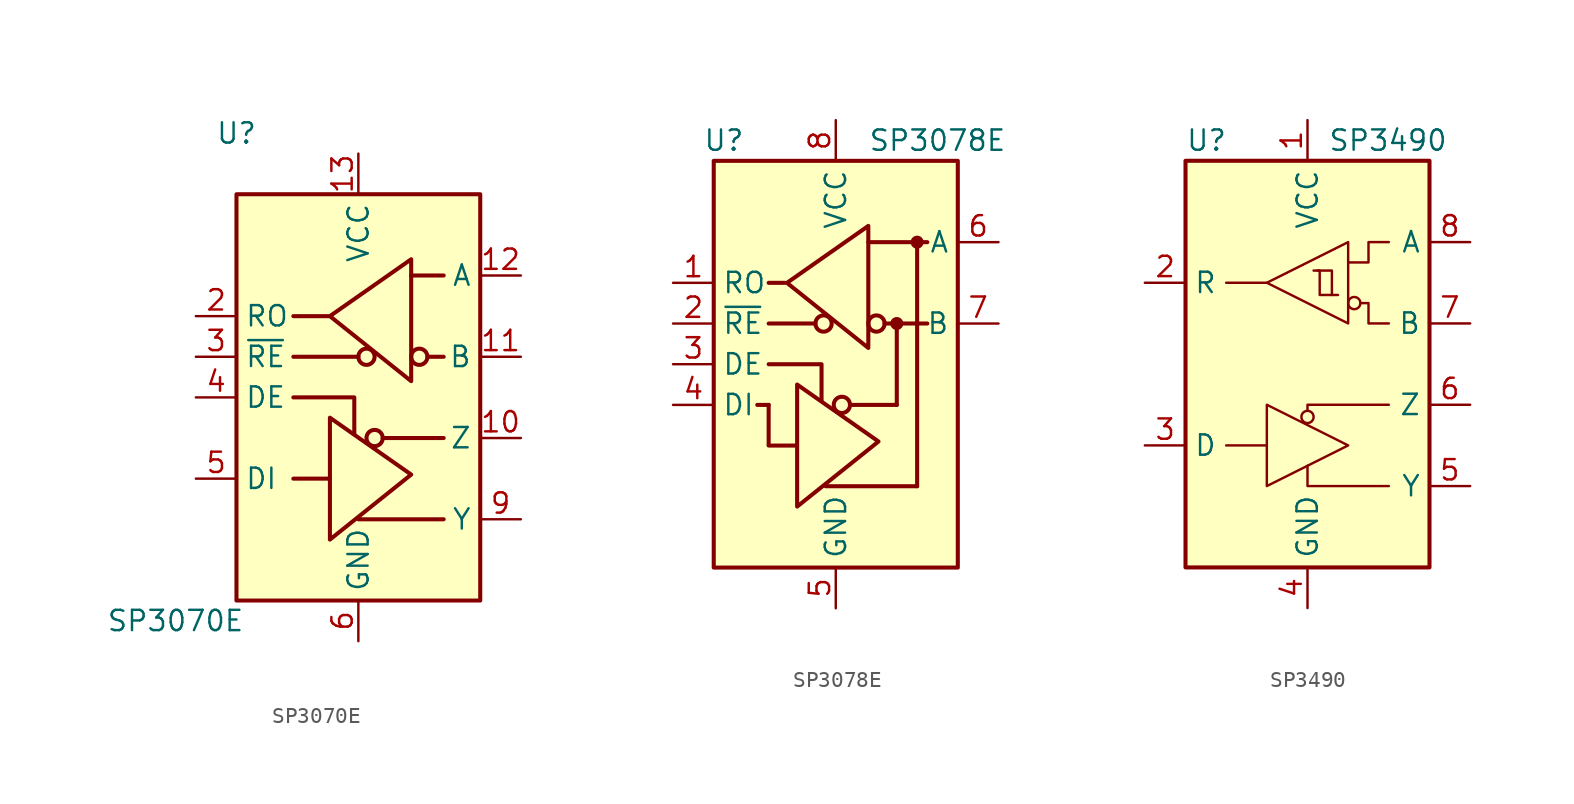
<source format=kicad_sym>
(kicad_symbol_lib
  (version 20211014)
  (generator kicad_symbol_editor)
  (symbol "SP3070E"
    (property "Reference" "U"
      (at -7.62 16.51 0)
      (effects (font (size 1.27 1.27))))
    (property "Value" "SP3070E"
      (at -11.43 -13.97 0)
      (effects (font (size 1.27 1.27))))
    (symbol "SP3070E_0_1"
      (rectangle (start -7.62 12.7) (end 7.62 -12.7) (stroke (width 0.254) (type default) (color 0 0 0 0)) (fill (type background)))
      (polyline (pts (xy -4.064 2.54) (xy 0 2.54)) (stroke (width 0.254) (type default) (color 0 0 0 0)) (fill (type none)))
      (polyline (pts (xy -1.778 -5.08) (xy -4.064 -5.08)) (stroke (width 0.254) (type default) (color 0 0 0 0)) (fill (type none)))
      (polyline (pts (xy -1.778 5.08) (xy -4.064 5.08)) (stroke (width 0.254) (type default) (color 0 0 0 0)) (fill (type none)))
      (polyline (pts (xy 0 -7.62) (xy 5.334 -7.62)) (stroke (width 0.254) (type default) (color 0 0 0 0)) (fill (type none)))
      (polyline (pts (xy 1.524 -2.54) (xy 5.334 -2.54)) (stroke (width 0.254) (type default) (color 0 0 0 0)) (fill (type none)))
      (polyline (pts (xy 3.302 7.62) (xy 5.334 7.62)) (stroke (width 0.254) (type default) (color 0 0 0 0)) (fill (type none)))
      (polyline (pts (xy 4.318 2.54) (xy 5.334 2.54)) (stroke (width 0.254) (type default) (color 0 0 0 0)) (fill (type none)))
      (polyline (pts (xy -4.064 0) (xy -0.254 0) (xy -0.254 -2.286)) (stroke (width 0.254) (type default) (color 0 0 0 0)) (fill (type none)))
      (polyline (pts (xy -1.778 -5.08) (xy -1.778 -1.27) (xy 3.302 -4.826) (xy -1.778 -8.89) (xy -1.778 -5.08)) (stroke (width 0.254) (type default) (color 0 0 0 0)) (fill (type none)))
      (circle (center 1.016 -2.54) (radius 0.508) (stroke (width 0.254) (type default) (color 0 0 0 0)) (fill (type none))))
    (symbol "SP3070E_1_1"
      (polyline (pts (xy 3.302 4.826) (xy 3.302 8.636) (xy -1.778 5.08) (xy 3.302 1.016) (xy 3.302 4.826)) (stroke (width 0.254) (type default) (color 0 0 0 0)) (fill (type none)))
      (circle (center 0.508 2.54) (radius 0.508) (stroke (width 0.254) (type default) (color 0 0 0 0)) (fill (type none)))
      (circle (center 3.81 2.54) (radius 0.508) (stroke (width 0.254) (type default) (color 0 0 0 0)) (fill (type none)))
      (pin no_connect line (at -7.62 -10.16 0) (length 2.54) hide (name "NC" (effects (font (size 1.27 1.27)))) (number "1" (effects (font (size 1.27 1.27)))))
      (pin output line (at 10.16 -2.54 180) (length 2.54) (name "Z" (effects (font (size 1.27 1.27)))) (number "10" (effects (font (size 1.27 1.27)))))
      (pin input line (at 10.16 2.54 180) (length 2.54) (name "B" (effects (font (size 1.27 1.27)))) (number "11" (effects (font (size 1.27 1.27)))))
      (pin input line (at 10.16 7.62 180) (length 2.54) (name "A" (effects (font (size 1.27 1.27)))) (number "12" (effects (font (size 1.27 1.27)))))
      (pin power_in line (at 0 15.24 270) (length 2.54) (name "VCC" (effects (font (size 1.27 1.27)))) (number "13" (effects (font (size 1.27 1.27)))))
      (pin passive line (at 0 15.24 270) (length 2.54) hide (name "VCC" (effects (font (size 1.27 1.27)))) (number "14" (effects (font (size 1.27 1.27)))))
      (pin output line (at -10.16 5.08 0) (length 2.54) (name "RO" (effects (font (size 1.27 1.27)))) (number "2" (effects (font (size 1.27 1.27)))))
      (pin input line (at -10.16 2.54 0) (length 2.54) (name "~{RE}" (effects (font (size 1.27 1.27)))) (number "3" (effects (font (size 1.27 1.27)))))
      (pin input line (at -10.16 0 0) (length 2.54) (name "DE" (effects (font (size 1.27 1.27)))) (number "4" (effects (font (size 1.27 1.27)))))
      (pin input line (at -10.16 -5.08 0) (length 2.54) (name "DI" (effects (font (size 1.27 1.27)))) (number "5" (effects (font (size 1.27 1.27)))))
      (pin power_in line (at 0 -15.24 90) (length 2.54) (name "GND" (effects (font (size 1.27 1.27)))) (number "6" (effects (font (size 1.27 1.27)))))
      (pin passive line (at 0 -15.24 90) (length 2.54) hide (name "GND" (effects (font (size 1.27 1.27)))) (number "7" (effects (font (size 1.27 1.27)))))
      (pin no_connect line (at -7.62 -7.62 0) (length 2.54) hide (name "NC" (effects (font (size 1.27 1.27)))) (number "8" (effects (font (size 1.27 1.27)))))
      (pin output line (at 10.16 -7.62 180) (length 2.54) (name "Y" (effects (font (size 1.27 1.27)))) (number "9" (effects (font (size 1.27 1.27)))))))
  (symbol "SP3078E"
    (property "Reference" "U"
      (at -6.985 13.97 0)
      (effects (font (size 1.27 1.27))))
    (property "Value" "SP3078E"
      (at 6.35 13.97 0)
      (effects (font (size 1.27 1.27))))
    (symbol "SP3078E_0_1"
      (rectangle (start -7.62 12.7) (end 7.62 -12.7) (stroke (width 0.254) (type default) (color 0 0 0 0)) (fill (type background))))
    (symbol "SP3078E_1_1"
      (circle (center -0.762 2.54) (radius 0.508) (stroke (width 0.254) (type default) (color 0 0 0 0)) (fill (type none)))
      (polyline (pts (xy -4.191 -2.54) (xy -4.902 -2.54)) (stroke (width 0.254) (type default) (color 0 0 0 0)) (fill (type none)))
      (polyline (pts (xy -4.191 -2.54) (xy -4.191 -5.029)) (stroke (width 0.254) (type default) (color 0 0 0 0)) (fill (type none)))
      (polyline (pts (xy -4.191 2.54) (xy -1.27 2.54)) (stroke (width 0.254) (type default) (color 0 0 0 0)) (fill (type none)))
      (polyline (pts (xy -2.54 -5.08) (xy -4.191 -5.08)) (stroke (width 0.254) (type default) (color 0 0 0 0)) (fill (type none)))
      (polyline (pts (xy -0.635 -7.62) (xy 5.08 -7.62)) (stroke (width 0.254) (type default) (color 0 0 0 0)) (fill (type none)))
      (polyline (pts (xy 0.889 -2.54) (xy 3.81 -2.54)) (stroke (width 0.254) (type default) (color 0 0 0 0)) (fill (type none)))
      (polyline (pts (xy 2.032 7.62) (xy 5.715 7.62)) (stroke (width 0.254) (type default) (color 0 0 0 0)) (fill (type none)))
      (polyline (pts (xy 3.048 2.54) (xy 5.715 2.54)) (stroke (width 0.254) (type default) (color 0 0 0 0)) (fill (type none)))
      (polyline (pts (xy 3.81 -2.54) (xy 3.81 2.54)) (stroke (width 0.254) (type default) (color 0 0 0 0)) (fill (type none)))
      (polyline (pts (xy 5.08 -7.62) (xy 5.08 7.62)) (stroke (width 0.254) (type default) (color 0 0 0 0)) (fill (type none)))
      (polyline (pts (xy -4.191 0) (xy -0.889 0) (xy -0.889 -2.286)) (stroke (width 0.254) (type default) (color 0 0 0 0)) (fill (type none)))
      (polyline (pts (xy -3.175 5.08) (xy -4.191 5.08) (xy -4.064 5.08)) (stroke (width 0.254) (type default) (color 0 0 0 0)) (fill (type none)))
      (polyline (pts (xy -2.413 -5.08) (xy -2.413 -1.27) (xy 2.667 -4.826) (xy -2.413 -8.89) (xy -2.413 -5.08)) (stroke (width 0.254) (type default) (color 0 0 0 0)) (fill (type none)))
      (polyline (pts (xy 2.032 4.826) (xy 2.032 8.636) (xy -3.048 5.08) (xy 2.032 1.016) (xy 2.032 4.826)) (stroke (width 0.254) (type default) (color 0 0 0 0)) (fill (type none)))
      (circle (center 0.381 -2.54) (radius 0.508) (stroke (width 0.254) (type default) (color 0 0 0 0)) (fill (type none)))
      (circle (center 2.54 2.54) (radius 0.508) (stroke (width 0.254) (type default) (color 0 0 0 0)) (fill (type none)))
      (circle (center 3.81 2.54) (radius 0.279) (stroke (width 0.254) (type default) (color 0 0 0 0)) (fill (type outline)))
      (circle (center 5.08 7.62) (radius 0.279) (stroke (width 0.254) (type default) (color 0 0 0 0)) (fill (type outline)))
      (pin output line (at -10.16 5.08 0) (length 2.54) (name "RO" (effects (font (size 1.27 1.27)))) (number "1" (effects (font (size 1.27 1.27)))))
      (pin input line (at -10.16 2.54 0) (length 2.54) (name "~{RE}" (effects (font (size 1.27 1.27)))) (number "2" (effects (font (size 1.27 1.27)))))
      (pin input line (at -10.16 0 0) (length 2.54) (name "DE" (effects (font (size 1.27 1.27)))) (number "3" (effects (font (size 1.27 1.27)))))
      (pin input line (at -10.16 -2.54 0) (length 2.54) (name "DI" (effects (font (size 1.27 1.27)))) (number "4" (effects (font (size 1.27 1.27)))))
      (pin power_in line (at 0 -15.24 90) (length 2.54) (name "GND" (effects (font (size 1.27 1.27)))) (number "5" (effects (font (size 1.27 1.27)))))
      (pin bidirectional line (at 10.16 7.62 180) (length 2.54) (name "A" (effects (font (size 1.27 1.27)))) (number "6" (effects (font (size 1.27 1.27)))))
      (pin bidirectional line (at 10.16 2.54 180) (length 2.54) (name "B" (effects (font (size 1.27 1.27)))) (number "7" (effects (font (size 1.27 1.27)))))
      (pin power_in line (at 0 15.24 270) (length 2.54) (name "VCC" (effects (font (size 1.27 1.27)))) (number "8" (effects (font (size 1.27 1.27)))))))
  (symbol "SP3490"
    (property "Reference" "U"
      (at -7.62 13.97 0)
      (effects (font (size 1.27 1.27)) (justify left)))
    (property "Value" "SP3490"
      (at 1.27 13.97 0)
      (effects (font (size 1.27 1.27)) (justify left)))
    (symbol "SP3490_0_1"
      (rectangle (start -7.62 12.7) (end 7.62 -12.7) (stroke (width 0.254) (type default) (color 0 0 0 0)) (fill (type background)))
      (circle (center 0 -3.302) (radius 0.381) (stroke (width 0) (type default) (color 0 0 0 0)) (fill (type none)))
      (polyline (pts (xy -5.08 -5.08) (xy -2.54 -5.08)) (stroke (width 0) (type default) (color 0 0 0 0)) (fill (type none)))
      (polyline (pts (xy -2.54 5.08) (xy -5.08 5.08)) (stroke (width 0) (type default) (color 0 0 0 0)) (fill (type none)))
      (polyline (pts (xy 1.524 4.318) (xy 1.524 5.842) (xy 0.635 5.842)) (stroke (width 0) (type default) (color 0 0 0 0)) (fill (type none)))
      (polyline (pts (xy 5.08 -7.62) (xy 0 -7.62) (xy 0 -6.35)) (stroke (width 0) (type default) (color 0 0 0 0)) (fill (type none)))
      (polyline (pts (xy 5.08 -2.54) (xy 0 -2.54) (xy 0 -2.921)) (stroke (width 0) (type default) (color 0 0 0 0)) (fill (type none)))
      (polyline (pts (xy -2.54 -2.54) (xy -2.54 -7.62) (xy 2.54 -5.08) (xy -2.54 -2.54)) (stroke (width 0) (type default) (color 0 0 0 0)) (fill (type none)))
      (polyline (pts (xy 2.54 6.35) (xy 3.81 6.35) (xy 3.81 7.62) (xy 5.08 7.62)) (stroke (width 0) (type default) (color 0 0 0 0)) (fill (type none)))
      (polyline (pts (xy 2.54 7.62) (xy 2.54 2.54) (xy -2.54 5.08) (xy 2.54 7.62)) (stroke (width 0) (type default) (color 0 0 0 0)) (fill (type none)))
      (polyline (pts (xy 3.302 3.81) (xy 3.81 3.81) (xy 3.81 2.54) (xy 5.08 2.54)) (stroke (width 0) (type default) (color 0 0 0 0)) (fill (type none)))
      (polyline (pts (xy 1.905 4.318) (xy 0.889 4.318) (xy 0.762 4.318) (xy 0.762 5.842) (xy 0.381 5.842)) (stroke (width 0) (type default) (color 0 0 0 0)) (fill (type none)))
      (circle (center 2.921 3.81) (radius 0.381) (stroke (width 0) (type default) (color 0 0 0 0)) (fill (type none))))
    (symbol "SP3490_1_1"
      (pin power_in line (at 0 15.24 270) (length 2.54) (name "VCC" (effects (font (size 1.27 1.27)))) (number "1" (effects (font (size 1.27 1.27)))))
      (pin output line (at -10.16 5.08 0) (length 2.54) (name "R" (effects (font (size 1.27 1.27)))) (number "2" (effects (font (size 1.27 1.27)))))
      (pin input line (at -10.16 -5.08 0) (length 2.54) (name "D" (effects (font (size 1.27 1.27)))) (number "3" (effects (font (size 1.27 1.27)))))
      (pin power_in line (at 0 -15.24 90) (length 2.54) (name "GND" (effects (font (size 1.27 1.27)))) (number "4" (effects (font (size 1.27 1.27)))))
      (pin output line (at 10.16 -7.62 180) (length 2.54) (name "Y" (effects (font (size 1.27 1.27)))) (number "5" (effects (font (size 1.27 1.27)))))
      (pin output line (at 10.16 -2.54 180) (length 2.54) (name "Z" (effects (font (size 1.27 1.27)))) (number "6" (effects (font (size 1.27 1.27)))))
      (pin input line (at 10.16 2.54 180) (length 2.54) (name "B" (effects (font (size 1.27 1.27)))) (number "7" (effects (font (size 1.27 1.27)))))
      (pin input line (at 10.16 7.62 180) (length 2.54) (name "A" (effects (font (size 1.27 1.27)))) (number "8" (effects (font (size 1.27 1.27))))))))
</source>
